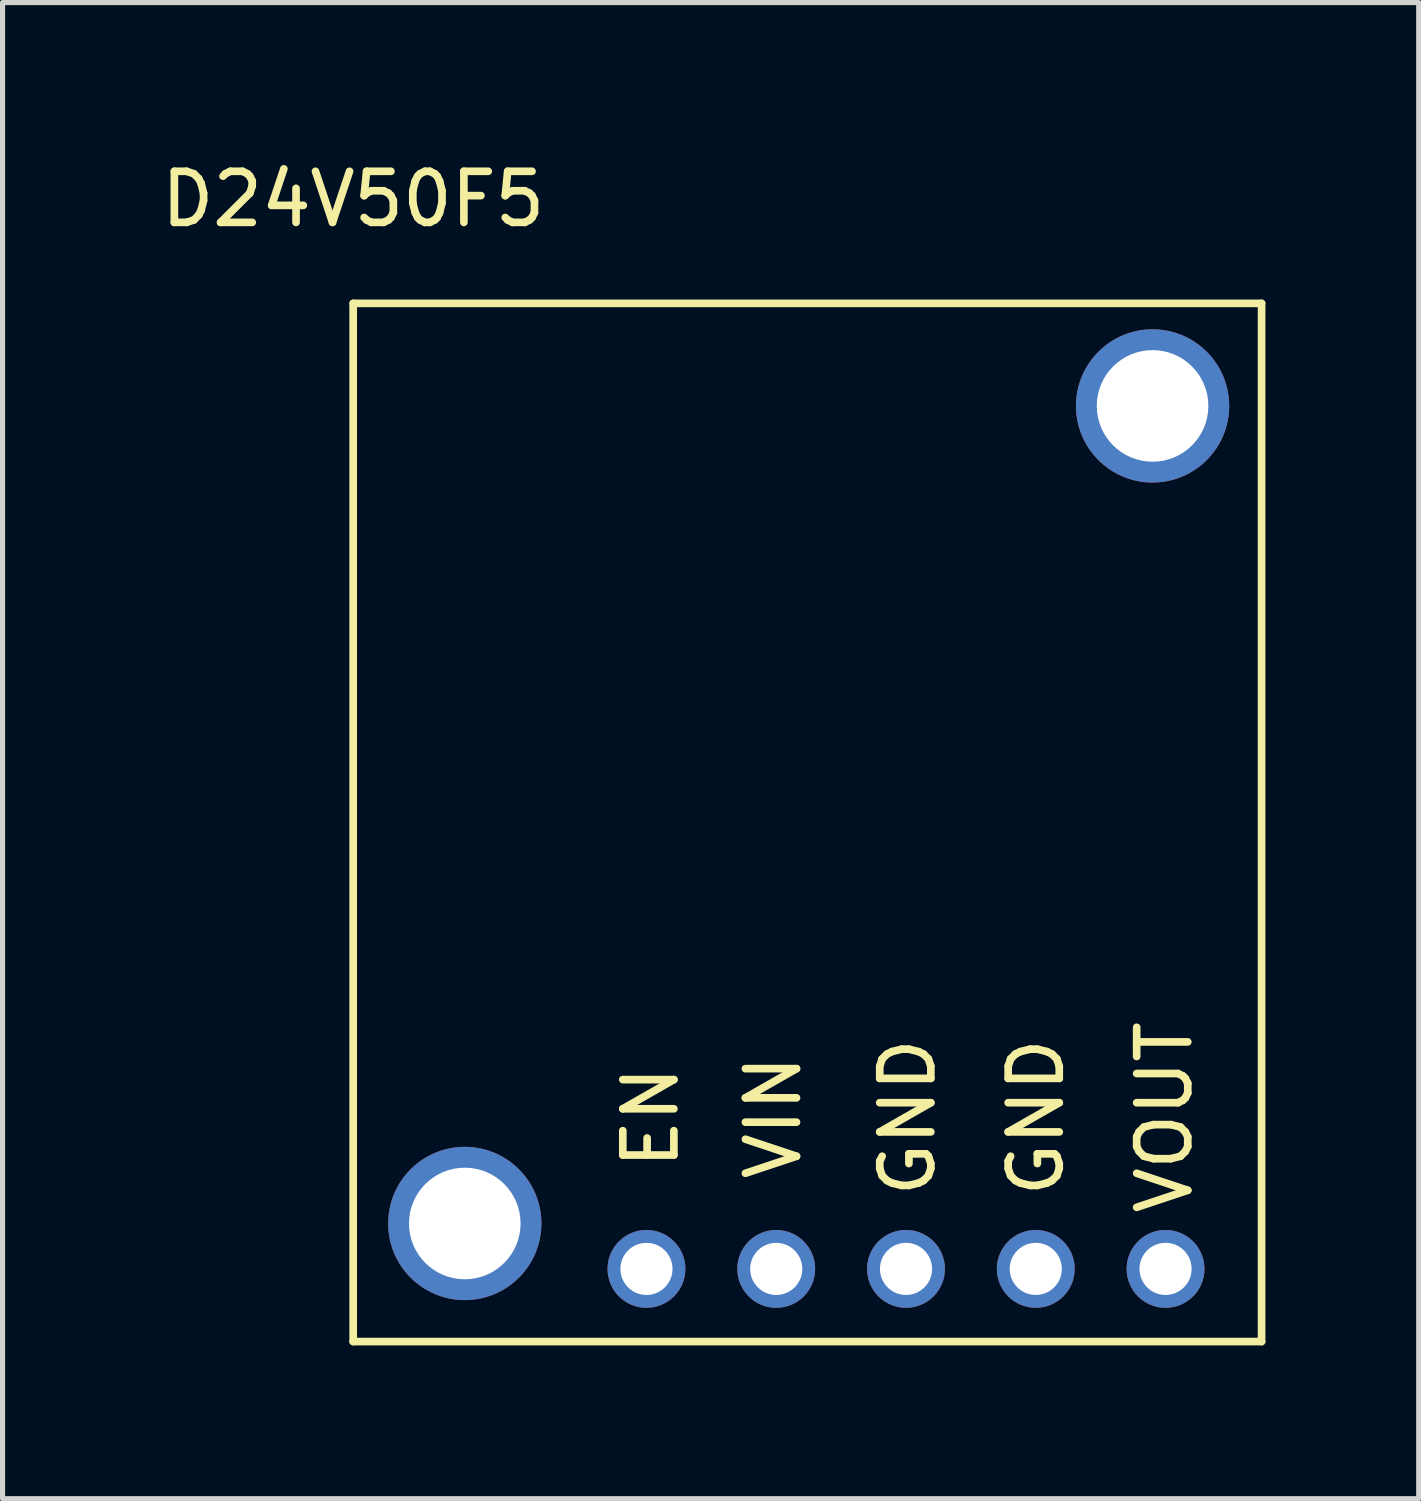
<source format=kicad_pcb>
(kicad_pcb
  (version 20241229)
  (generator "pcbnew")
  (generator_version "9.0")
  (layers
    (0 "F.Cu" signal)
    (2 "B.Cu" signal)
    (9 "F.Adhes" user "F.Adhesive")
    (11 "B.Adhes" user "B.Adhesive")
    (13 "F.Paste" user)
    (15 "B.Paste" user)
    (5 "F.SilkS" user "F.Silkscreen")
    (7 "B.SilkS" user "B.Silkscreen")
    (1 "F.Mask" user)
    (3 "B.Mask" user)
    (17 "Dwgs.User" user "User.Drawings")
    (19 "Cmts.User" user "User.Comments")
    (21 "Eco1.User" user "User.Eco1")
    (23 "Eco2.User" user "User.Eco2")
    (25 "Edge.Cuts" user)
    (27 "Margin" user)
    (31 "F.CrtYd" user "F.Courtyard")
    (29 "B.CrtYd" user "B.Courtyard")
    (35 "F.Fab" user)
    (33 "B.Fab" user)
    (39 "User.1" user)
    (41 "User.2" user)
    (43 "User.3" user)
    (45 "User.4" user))
  (footprint "D24V50F5"
    (layer "F.Cu")
    (at 3.863 0.348)
    (property "Reference" "D24V50F5" (at 0 0.5 0) (layer "F.SilkS") (effects (font (size 1 1) (thickness 0.15))))
    (attr through_hole)
    (fp_line (start 0 2.54) (end 0 22.86) (stroke (width 0.15) (type solid)) (layer "F.SilkS"))
    (fp_line (start 0 2.54) (end 17.78 2.54) (stroke (width 0.15) (type solid)) (layer "F.SilkS"))
    (fp_line (start 0 22.86) (end 17.78 22.86) (stroke (width 0.15) (type solid)) (layer "F.SilkS"))
    (fp_line (start 17.78 22.86) (end 17.78 2.54) (stroke (width 0.15) (type solid)) (layer "F.SilkS"))
    (fp_text user "GND" (at 10.851 18.471 90) (layer "F.SilkS") (effects (font (size 1 1) (thickness 0.15))))
    (fp_text user "VIN" (at 8.222 18.471 90) (layer "F.SilkS") (effects (font (size 1 1) (thickness 0.15))))
    (fp_text user "EN" (at 5.822 18.471 90) (layer "F.SilkS") (effects (font (size 1 1) (thickness 0.15))))
    (fp_text user "VOUT" (at 15.88 18.471 90) (layer "F.SilkS") (effects (font (size 1 1) (thickness 0.15))))
    (fp_text user "GND" (at 13.365 18.471 90) (layer "F.SilkS") (effects (font (size 1 1) (thickness 0.15))))
    (pad "" thru_hole circle (at 2.184 20.549) (size 3 3) (drill 2.184) (layers "*.Mask" "F.Cu"))
    (pad "" thru_hole circle (at 15.646 4.547) (size 3 3) (drill 2.184) (layers "*.Mask" "F.Cu"))
    (pad "1" thru_hole circle (at 5.74 21.438) (size 1.524 1.524) (drill 1.02) (layers "*.Cu" "*.Mask"))
    (pad "2" thru_hole circle (at 8.28 21.438) (size 1.524 1.524) (drill 1.02) (layers "*.Cu" "*.Mask"))
    (pad "3" thru_hole circle (at 10.82 21.438) (size 1.524 1.524) (drill 1.02) (layers "*.Cu" "*.Mask"))
    (pad "4" thru_hole circle (at 13.36 21.438) (size 1.524 1.524) (drill 1.02) (layers "*.Cu" "*.Mask"))
    (pad "5" thru_hole circle (at 15.9 21.438) (size 1.524 1.524) (drill 1.02) (layers "*.Cu" "*.Mask")))
  (gr_rect
    (start -3 -3)
    (end 24.718 26.283)
    (stroke (width 0.1) (type default))
    (fill no)
    (layer "Edge.Cuts")))
</source>
